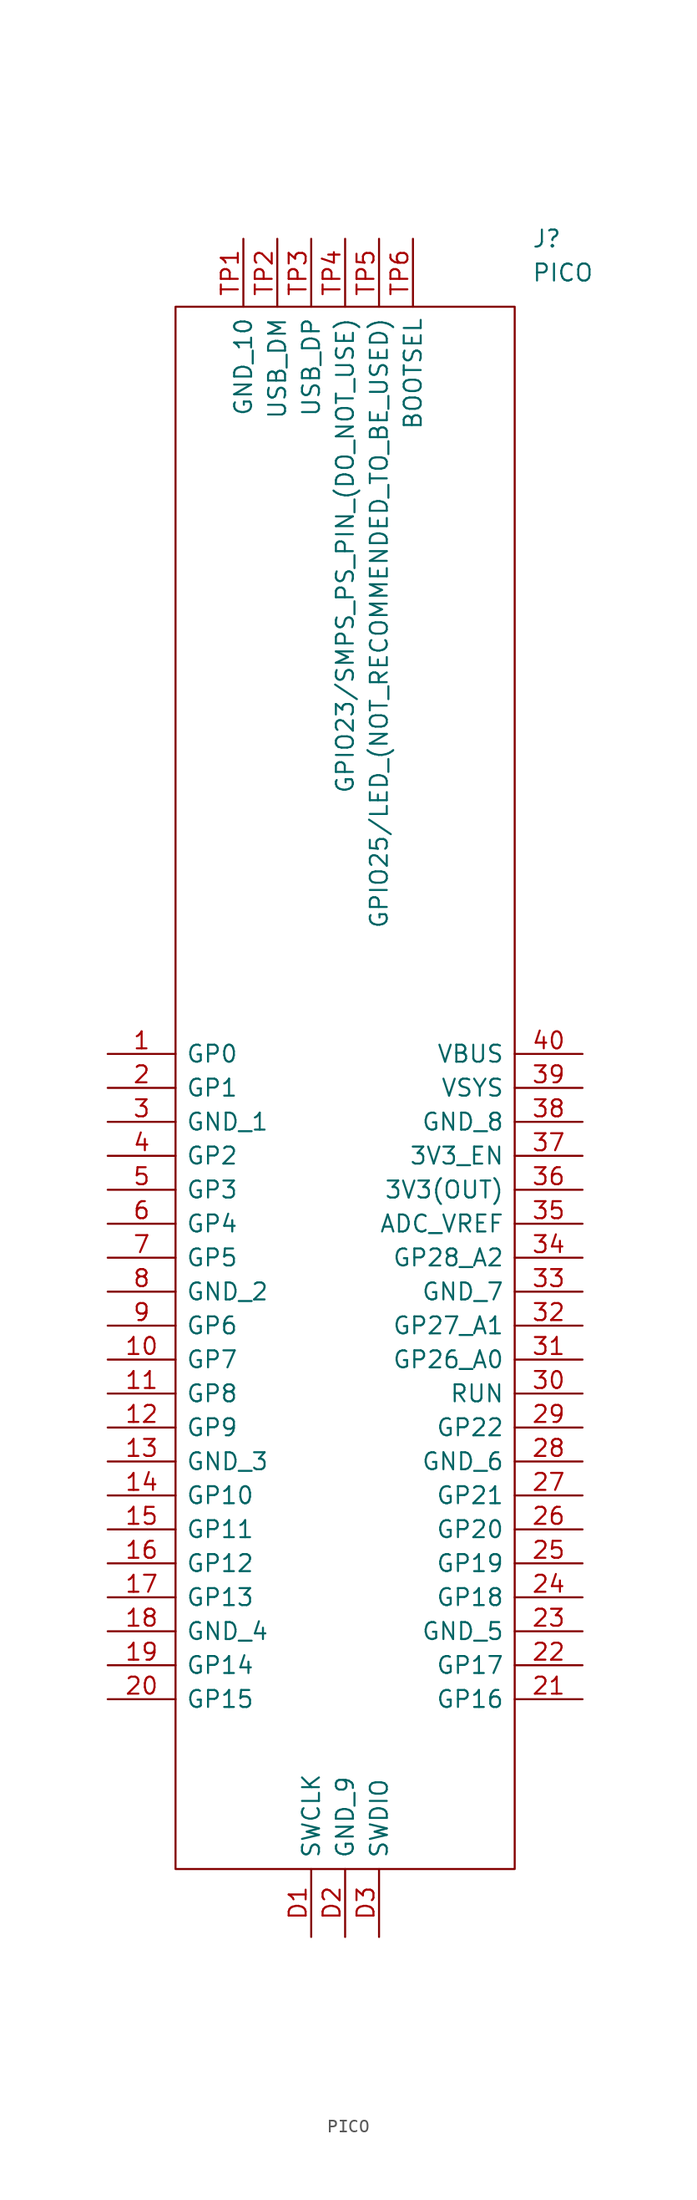
<source format=kicad_sym>
(kicad_symbol_lib
  (version 20211014)
  (generator kicad_symbol_editor)
  (symbol "PICO"
    (pin_names
      (offset 0.762))
    (property "Reference" "J"
      (at 31.75 60.96 0)
      (effects (font (size 1.27 1.27)) (justify left)))
    (property "Value" "PICO"
      (at 31.75 58.42 0)
      (effects (font (size 1.27 1.27)) (justify left)))
    (symbol "PICO_0_0"
      (pin passive line (at 0 0 0) (length 5.08) (name "GP0" (effects (font (size 1.27 1.27)))) (number "1" (effects (font (size 1.27 1.27)))))
      (pin passive line (at 0 -22.86 0) (length 5.08) (name "GP7" (effects (font (size 1.27 1.27)))) (number "10" (effects (font (size 1.27 1.27)))))
      (pin passive line (at 0 -25.4 0) (length 5.08) (name "GP8" (effects (font (size 1.27 1.27)))) (number "11" (effects (font (size 1.27 1.27)))))
      (pin passive line (at 0 -27.94 0) (length 5.08) (name "GP9" (effects (font (size 1.27 1.27)))) (number "12" (effects (font (size 1.27 1.27)))))
      (pin passive line (at 0 -30.48 0) (length 5.08) (name "GND_3" (effects (font (size 1.27 1.27)))) (number "13" (effects (font (size 1.27 1.27)))))
      (pin passive line (at 0 -33.02 0) (length 5.08) (name "GP10" (effects (font (size 1.27 1.27)))) (number "14" (effects (font (size 1.27 1.27)))))
      (pin passive line (at 0 -35.56 0) (length 5.08) (name "GP11" (effects (font (size 1.27 1.27)))) (number "15" (effects (font (size 1.27 1.27)))))
      (pin passive line (at 0 -38.1 0) (length 5.08) (name "GP12" (effects (font (size 1.27 1.27)))) (number "16" (effects (font (size 1.27 1.27)))))
      (pin passive line (at 0 -40.64 0) (length 5.08) (name "GP13" (effects (font (size 1.27 1.27)))) (number "17" (effects (font (size 1.27 1.27)))))
      (pin passive line (at 0 -43.18 0) (length 5.08) (name "GND_4" (effects (font (size 1.27 1.27)))) (number "18" (effects (font (size 1.27 1.27)))))
      (pin passive line (at 0 -45.72 0) (length 5.08) (name "GP14" (effects (font (size 1.27 1.27)))) (number "19" (effects (font (size 1.27 1.27)))))
      (pin passive line (at 0 -2.54 0) (length 5.08) (name "GP1" (effects (font (size 1.27 1.27)))) (number "2" (effects (font (size 1.27 1.27)))))
      (pin passive line (at 0 -48.26 0) (length 5.08) (name "GP15" (effects (font (size 1.27 1.27)))) (number "20" (effects (font (size 1.27 1.27)))))
      (pin passive line (at 35.56 -48.26 180) (length 5.08) (name "GP16" (effects (font (size 1.27 1.27)))) (number "21" (effects (font (size 1.27 1.27)))))
      (pin passive line (at 35.56 -45.72 180) (length 5.08) (name "GP17" (effects (font (size 1.27 1.27)))) (number "22" (effects (font (size 1.27 1.27)))))
      (pin passive line (at 35.56 -43.18 180) (length 5.08) (name "GND_5" (effects (font (size 1.27 1.27)))) (number "23" (effects (font (size 1.27 1.27)))))
      (pin passive line (at 35.56 -40.64 180) (length 5.08) (name "GP18" (effects (font (size 1.27 1.27)))) (number "24" (effects (font (size 1.27 1.27)))))
      (pin passive line (at 35.56 -38.1 180) (length 5.08) (name "GP19" (effects (font (size 1.27 1.27)))) (number "25" (effects (font (size 1.27 1.27)))))
      (pin passive line (at 35.56 -35.56 180) (length 5.08) (name "GP20" (effects (font (size 1.27 1.27)))) (number "26" (effects (font (size 1.27 1.27)))))
      (pin passive line (at 35.56 -33.02 180) (length 5.08) (name "GP21" (effects (font (size 1.27 1.27)))) (number "27" (effects (font (size 1.27 1.27)))))
      (pin passive line (at 35.56 -30.48 180) (length 5.08) (name "GND_6" (effects (font (size 1.27 1.27)))) (number "28" (effects (font (size 1.27 1.27)))))
      (pin passive line (at 35.56 -27.94 180) (length 5.08) (name "GP22" (effects (font (size 1.27 1.27)))) (number "29" (effects (font (size 1.27 1.27)))))
      (pin passive line (at 0 -5.08 0) (length 5.08) (name "GND_1" (effects (font (size 1.27 1.27)))) (number "3" (effects (font (size 1.27 1.27)))))
      (pin passive line (at 35.56 -25.4 180) (length 5.08) (name "RUN" (effects (font (size 1.27 1.27)))) (number "30" (effects (font (size 1.27 1.27)))))
      (pin passive line (at 35.56 -22.86 180) (length 5.08) (name "GP26_A0" (effects (font (size 1.27 1.27)))) (number "31" (effects (font (size 1.27 1.27)))))
      (pin passive line (at 35.56 -20.32 180) (length 5.08) (name "GP27_A1" (effects (font (size 1.27 1.27)))) (number "32" (effects (font (size 1.27 1.27)))))
      (pin passive line (at 35.56 -17.78 180) (length 5.08) (name "GND_7" (effects (font (size 1.27 1.27)))) (number "33" (effects (font (size 1.27 1.27)))))
      (pin passive line (at 35.56 -15.24 180) (length 5.08) (name "GP28_A2" (effects (font (size 1.27 1.27)))) (number "34" (effects (font (size 1.27 1.27)))))
      (pin passive line (at 35.56 -12.7 180) (length 5.08) (name "ADC_VREF" (effects (font (size 1.27 1.27)))) (number "35" (effects (font (size 1.27 1.27)))))
      (pin passive line (at 35.56 -10.16 180) (length 5.08) (name "3V3(OUT)" (effects (font (size 1.27 1.27)))) (number "36" (effects (font (size 1.27 1.27)))))
      (pin passive line (at 35.56 -7.62 180) (length 5.08) (name "3V3_EN" (effects (font (size 1.27 1.27)))) (number "37" (effects (font (size 1.27 1.27)))))
      (pin passive line (at 35.56 -5.08 180) (length 5.08) (name "GND_8" (effects (font (size 1.27 1.27)))) (number "38" (effects (font (size 1.27 1.27)))))
      (pin passive line (at 35.56 -2.54 180) (length 5.08) (name "VSYS" (effects (font (size 1.27 1.27)))) (number "39" (effects (font (size 1.27 1.27)))))
      (pin passive line (at 0 -7.62 0) (length 5.08) (name "GP2" (effects (font (size 1.27 1.27)))) (number "4" (effects (font (size 1.27 1.27)))))
      (pin passive line (at 35.56 0 180) (length 5.08) (name "VBUS" (effects (font (size 1.27 1.27)))) (number "40" (effects (font (size 1.27 1.27)))))
      (pin passive line (at 0 -10.16 0) (length 5.08) (name "GP3" (effects (font (size 1.27 1.27)))) (number "5" (effects (font (size 1.27 1.27)))))
      (pin passive line (at 0 -12.7 0) (length 5.08) (name "GP4" (effects (font (size 1.27 1.27)))) (number "6" (effects (font (size 1.27 1.27)))))
      (pin passive line (at 0 -15.24 0) (length 5.08) (name "GP5" (effects (font (size 1.27 1.27)))) (number "7" (effects (font (size 1.27 1.27)))))
      (pin passive line (at 0 -17.78 0) (length 5.08) (name "GND_2" (effects (font (size 1.27 1.27)))) (number "8" (effects (font (size 1.27 1.27)))))
      (pin passive line (at 0 -20.32 0) (length 5.08) (name "GP6" (effects (font (size 1.27 1.27)))) (number "9" (effects (font (size 1.27 1.27)))))
      (pin passive line (at 15.24 -66.04 90) (length 5.08) (name "SWCLK" (effects (font (size 1.27 1.27)))) (number "D1" (effects (font (size 1.27 1.27)))))
      (pin passive line (at 17.78 -66.04 90) (length 5.08) (name "GND_9" (effects (font (size 1.27 1.27)))) (number "D2" (effects (font (size 1.27 1.27)))))
      (pin passive line (at 20.32 -66.04 90) (length 5.08) (name "SWDIO" (effects (font (size 1.27 1.27)))) (number "D3" (effects (font (size 1.27 1.27)))))
      (pin passive line (at 10.16 60.96 270) (length 5.08) (name "GND_10" (effects (font (size 1.27 1.27)))) (number "TP1" (effects (font (size 1.27 1.27)))))
      (pin passive line (at 12.7 60.96 270) (length 5.08) (name "USB_DM" (effects (font (size 1.27 1.27)))) (number "TP2" (effects (font (size 1.27 1.27)))))
      (pin passive line (at 15.24 60.96 270) (length 5.08) (name "USB_DP" (effects (font (size 1.27 1.27)))) (number "TP3" (effects (font (size 1.27 1.27)))))
      (pin passive line (at 17.78 60.96 270) (length 5.08) (name "GPIO23/SMPS_PS_PIN_(DO_NOT_USE)" (effects (font (size 1.27 1.27)))) (number "TP4" (effects (font (size 1.27 1.27)))))
      (pin passive line (at 20.32 60.96 270) (length 5.08) (name "GPIO25/LED_(NOT_RECOMMENDED_TO_BE_USED)" (effects (font (size 1.27 1.27)))) (number "TP5" (effects (font (size 1.27 1.27)))))
      (pin passive line (at 22.86 60.96 270) (length 5.08) (name "BOOTSEL" (effects (font (size 1.27 1.27)))) (number "TP6" (effects (font (size 1.27 1.27))))))
    (symbol "PICO_0_1"
      (polyline (pts (xy 5.08 55.88) (xy 30.48 55.88) (xy 30.48 -60.96) (xy 5.08 -60.96) (xy 5.08 55.88)) (stroke (width 0.152) (type default) (color 0 0 0 0)) (fill (type none))))))
</source>
